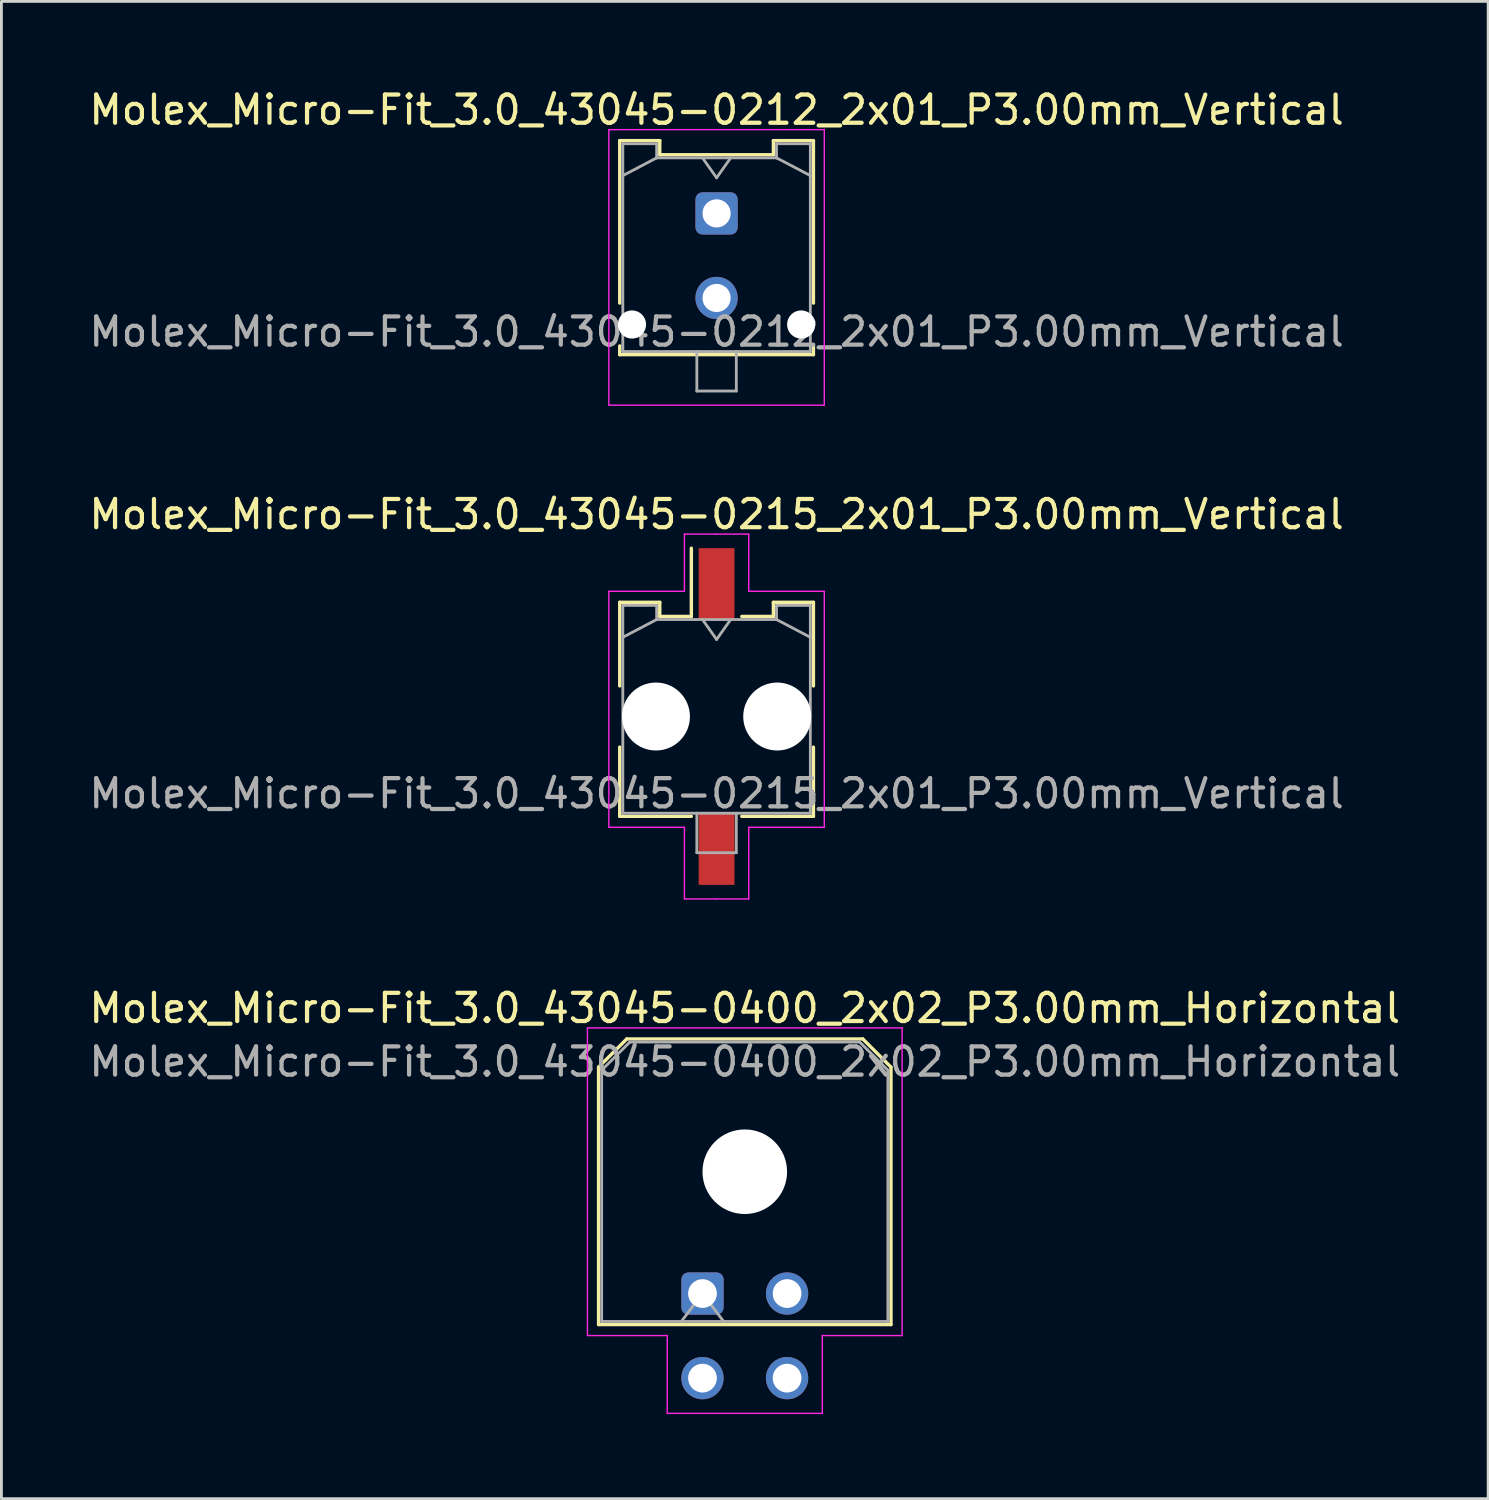
<source format=kicad_pcb>
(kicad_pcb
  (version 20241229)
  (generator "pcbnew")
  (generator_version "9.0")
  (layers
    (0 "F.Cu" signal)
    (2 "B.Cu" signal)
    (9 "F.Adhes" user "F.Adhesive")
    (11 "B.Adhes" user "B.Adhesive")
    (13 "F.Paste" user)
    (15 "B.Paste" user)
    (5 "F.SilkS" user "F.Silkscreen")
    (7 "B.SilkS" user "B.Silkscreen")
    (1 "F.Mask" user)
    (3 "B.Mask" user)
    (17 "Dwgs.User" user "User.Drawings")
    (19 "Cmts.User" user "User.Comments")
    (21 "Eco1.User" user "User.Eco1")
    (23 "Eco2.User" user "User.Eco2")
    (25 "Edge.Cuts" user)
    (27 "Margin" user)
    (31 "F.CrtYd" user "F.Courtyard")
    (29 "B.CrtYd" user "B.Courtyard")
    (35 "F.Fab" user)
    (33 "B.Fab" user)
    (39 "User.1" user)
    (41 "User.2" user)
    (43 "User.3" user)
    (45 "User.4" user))
  (footprint "Molex_Micro-Fit_3.0_43045-0212_2x01_P3.00mm_Vertical"
    (layer "F.Cu")
    (at 22.363 4.518)
    (property "Reference" "Molex_Micro-Fit_3.0_43045-0212_2x01_P3.00mm_Vertical" (at 0 -3.67 0) (layer "F.SilkS") (effects (font (size 1 1) (thickness 0.15))))
    (attr through_hole)
    (fp_line (start -3.435 -2.58) (end -2.015 -2.58) (stroke (width 0.12) (type solid)) (layer "F.SilkS"))
    (fp_line (start -3.435 3.18) (end -3.435 -2.58) (stroke (width 0.12) (type solid)) (layer "F.SilkS"))
    (fp_line (start -3.435 4.7) (end -3.435 5.01) (stroke (width 0.12) (type solid)) (layer "F.SilkS"))
    (fp_line (start -3.435 5.01) (end 3.435 5.01) (stroke (width 0.12) (type solid)) (layer "F.SilkS"))
    (fp_line (start -2.015 -2.58) (end -2.015 -2.08) (stroke (width 0.12) (type solid)) (layer "F.SilkS"))
    (fp_line (start -2.015 -2.08) (end 2.015 -2.08) (stroke (width 0.12) (type solid)) (layer "F.SilkS"))
    (fp_line (start 2.015 -2.58) (end 3.435 -2.58) (stroke (width 0.12) (type solid)) (layer "F.SilkS"))
    (fp_line (start 2.015 -2.08) (end 2.015 -2.58) (stroke (width 0.12) (type solid)) (layer "F.SilkS"))
    (fp_line (start 3.435 -2.58) (end 3.435 3.18) (stroke (width 0.12) (type solid)) (layer "F.SilkS"))
    (fp_line (start 3.435 5.01) (end 3.435 4.7) (stroke (width 0.12) (type solid)) (layer "F.SilkS"))
    (fp_line (start -3.82 -2.97) (end 3.82 -2.97) (stroke (width 0.05) (type solid)) (layer "F.CrtYd"))
    (fp_line (start -3.82 6.8) (end -3.82 -2.97) (stroke (width 0.05) (type solid)) (layer "F.CrtYd"))
    (fp_line (start 3.82 -2.97) (end 3.82 6.8) (stroke (width 0.05) (type solid)) (layer "F.CrtYd"))
    (fp_line (start 3.82 6.8) (end -3.82 6.8) (stroke (width 0.05) (type solid)) (layer "F.CrtYd"))
    (fp_line (start -3.325 -2.47) (end -3.325 4.9) (stroke (width 0.1) (type solid)) (layer "F.Fab"))
    (fp_line (start -3.325 -1.34) (end -2.125 -1.97) (stroke (width 0.1) (type solid)) (layer "F.Fab"))
    (fp_line (start -3.325 4.9) (end 3.325 4.9) (stroke (width 0.1) (type solid)) (layer "F.Fab"))
    (fp_line (start -2.125 -2.47) (end -3.325 -2.47) (stroke (width 0.1) (type solid)) (layer "F.Fab"))
    (fp_line (start -2.125 -1.97) (end -2.125 -2.47) (stroke (width 0.1) (type solid)) (layer "F.Fab"))
    (fp_line (start -0.7 4.9) (end -0.7 6.3) (stroke (width 0.1) (type solid)) (layer "F.Fab"))
    (fp_line (start -0.7 6.3) (end 0.7 6.3) (stroke (width 0.1) (type solid)) (layer "F.Fab"))
    (fp_line (start -0.5 -1.97) (end 0 -1.263) (stroke (width 0.1) (type solid)) (layer "F.Fab"))
    (fp_line (start 0 -1.263) (end 0.5 -1.97) (stroke (width 0.1) (type solid)) (layer "F.Fab"))
    (fp_line (start 0.7 6.3) (end 0.7 4.9) (stroke (width 0.1) (type solid)) (layer "F.Fab"))
    (fp_line (start 2.125 -2.47) (end 2.125 -1.97) (stroke (width 0.1) (type solid)) (layer "F.Fab"))
    (fp_line (start 2.125 -1.97) (end -2.125 -1.97) (stroke (width 0.1) (type solid)) (layer "F.Fab"))
    (fp_line (start 3.325 -2.47) (end 2.125 -2.47) (stroke (width 0.1) (type solid)) (layer "F.Fab"))
    (fp_line (start 3.325 -1.34) (end 2.125 -1.97) (stroke (width 0.1) (type solid)) (layer "F.Fab"))
    (fp_line (start 3.325 4.9) (end 3.325 -2.47) (stroke (width 0.1) (type solid)) (layer "F.Fab"))
    (fp_text user "${REFERENCE}" (at 0 4.2 0) (layer "F.Fab") (effects (font (size 1 1) (thickness 0.15))))
    (pad "" np_thru_hole circle (at -3 3.94) (size 1 1) (drill 1) (layers "*.Cu" "*.Mask"))
    (pad "" np_thru_hole circle (at 3 3.94) (size 1 1) (drill 1) (layers "*.Cu" "*.Mask"))
    (pad "1" thru_hole roundrect (at 0 0) (size 1.5 1.5) (drill 1) (layers "*.Cu" "*.Mask") (roundrect_rratio 0.167))
    (pad "2" thru_hole circle (at 0 3) (size 1.5 1.5) (drill 1) (layers "*.Cu" "*.Mask")))
  (footprint "Molex_Micro-Fit_3.0_43045-0215_2x01_P3.00mm_Vertical"
    (layer "F.Cu")
    (at 22.363 22.361)
    (property "Reference" "Molex_Micro-Fit_3.0_43045-0215_2x01_P3.00mm_Vertical" (at 0 -7.17 0) (layer "F.SilkS") (effects (font (size 1 1) (thickness 0.15))))
    (attr smd)
    (fp_line (start -3.435 -4.05) (end -2.015 -4.05) (stroke (width 0.12) (type solid)) (layer "F.SilkS"))
    (fp_line (start -3.435 -1.085) (end -3.435 -4.05) (stroke (width 0.12) (type solid)) (layer "F.SilkS"))
    (fp_line (start -3.435 1.085) (end -3.435 3.54) (stroke (width 0.12) (type solid)) (layer "F.SilkS"))
    (fp_line (start -3.435 3.54) (end -0.895 3.54) (stroke (width 0.12) (type solid)) (layer "F.SilkS"))
    (fp_line (start -2.015 -4.05) (end -2.015 -3.55) (stroke (width 0.12) (type solid)) (layer "F.SilkS"))
    (fp_line (start -2.015 -3.55) (end -0.895 -3.55) (stroke (width 0.12) (type solid)) (layer "F.SilkS"))
    (fp_line (start -0.895 -3.55) (end -0.895 -5.97) (stroke (width 0.12) (type solid)) (layer "F.SilkS"))
    (fp_line (start 2.015 -4.05) (end 2.015 -3.55) (stroke (width 0.12) (type solid)) (layer "F.SilkS"))
    (fp_line (start 2.015 -3.55) (end 0.895 -3.55) (stroke (width 0.12) (type solid)) (layer "F.SilkS"))
    (fp_line (start 3.435 -4.05) (end 2.015 -4.05) (stroke (width 0.12) (type solid)) (layer "F.SilkS"))
    (fp_line (start 3.435 -1.085) (end 3.435 -4.05) (stroke (width 0.12) (type solid)) (layer "F.SilkS"))
    (fp_line (start 3.435 1.085) (end 3.435 3.54) (stroke (width 0.12) (type solid)) (layer "F.SilkS"))
    (fp_line (start 3.435 3.54) (end 0.895 3.54) (stroke (width 0.12) (type solid)) (layer "F.SilkS"))
    (fp_line (start -3.82 -4.44) (end -3.82 3.93) (stroke (width 0.05) (type solid)) (layer "F.CrtYd"))
    (fp_line (start -3.82 3.93) (end -1.14 3.93) (stroke (width 0.05) (type solid)) (layer "F.CrtYd"))
    (fp_line (start -1.14 -6.47) (end -1.14 -4.44) (stroke (width 0.05) (type solid)) (layer "F.CrtYd"))
    (fp_line (start -1.14 -4.44) (end -3.82 -4.44) (stroke (width 0.05) (type solid)) (layer "F.CrtYd"))
    (fp_line (start -1.14 3.93) (end -1.14 6.47) (stroke (width 0.05) (type solid)) (layer "F.CrtYd"))
    (fp_line (start -1.14 6.47) (end 0 6.47) (stroke (width 0.05) (type solid)) (layer "F.CrtYd"))
    (fp_line (start 0 -6.47) (end -1.14 -6.47) (stroke (width 0.05) (type solid)) (layer "F.CrtYd"))
    (fp_line (start 0 -6.47) (end 1.14 -6.47) (stroke (width 0.05) (type solid)) (layer "F.CrtYd"))
    (fp_line (start 1.14 -6.47) (end 1.14 -4.44) (stroke (width 0.05) (type solid)) (layer "F.CrtYd"))
    (fp_line (start 1.14 -4.44) (end 3.82 -4.44) (stroke (width 0.05) (type solid)) (layer "F.CrtYd"))
    (fp_line (start 1.14 3.93) (end 1.14 6.47) (stroke (width 0.05) (type solid)) (layer "F.CrtYd"))
    (fp_line (start 1.14 6.47) (end 0 6.47) (stroke (width 0.05) (type solid)) (layer "F.CrtYd"))
    (fp_line (start 3.82 -4.44) (end 3.82 3.93) (stroke (width 0.05) (type solid)) (layer "F.CrtYd"))
    (fp_line (start 3.82 3.93) (end 1.14 3.93) (stroke (width 0.05) (type solid)) (layer "F.CrtYd"))
    (fp_line (start -3.325 -3.94) (end -3.325 3.43) (stroke (width 0.1) (type solid)) (layer "F.Fab"))
    (fp_line (start -3.325 -2.81) (end -2.125 -3.44) (stroke (width 0.1) (type solid)) (layer "F.Fab"))
    (fp_line (start -3.325 3.43) (end 3.325 3.43) (stroke (width 0.1) (type solid)) (layer "F.Fab"))
    (fp_line (start -2.125 -3.94) (end -3.325 -3.94) (stroke (width 0.1) (type solid)) (layer "F.Fab"))
    (fp_line (start -2.125 -3.44) (end -2.125 -3.94) (stroke (width 0.1) (type solid)) (layer "F.Fab"))
    (fp_line (start -0.7 3.43) (end -0.7 4.83) (stroke (width 0.1) (type solid)) (layer "F.Fab"))
    (fp_line (start -0.7 4.83) (end 0.7 4.83) (stroke (width 0.1) (type solid)) (layer "F.Fab"))
    (fp_line (start -0.5 -3.44) (end 0 -2.733) (stroke (width 0.1) (type solid)) (layer "F.Fab"))
    (fp_line (start 0 -2.733) (end 0.5 -3.44) (stroke (width 0.1) (type solid)) (layer "F.Fab"))
    (fp_line (start 0.7 4.83) (end 0.7 3.43) (stroke (width 0.1) (type solid)) (layer "F.Fab"))
    (fp_line (start 2.125 -3.94) (end 2.125 -3.44) (stroke (width 0.1) (type solid)) (layer "F.Fab"))
    (fp_line (start 2.125 -3.44) (end -2.125 -3.44) (stroke (width 0.1) (type solid)) (layer "F.Fab"))
    (fp_line (start 3.325 -3.94) (end 2.125 -3.94) (stroke (width 0.1) (type solid)) (layer "F.Fab"))
    (fp_line (start 3.325 -2.81) (end 2.125 -3.44) (stroke (width 0.1) (type solid)) (layer "F.Fab"))
    (fp_line (start 3.325 3.43) (end 3.325 -3.94) (stroke (width 0.1) (type solid)) (layer "F.Fab"))
    (fp_text user "${REFERENCE}" (at 0 2.73 0) (layer "F.Fab") (effects (font (size 1 1) (thickness 0.15))))
    (pad "" np_thru_hole circle (at -2.15 0) (size 2.41 2.41) (drill 2.41) (layers "*.Cu" "*.Mask"))
    (pad "" np_thru_hole circle (at 2.15 0) (size 2.41 2.41) (drill 2.41) (layers "*.Cu" "*.Mask"))
    (pad "1" smd rect (at 0 -4.7) (size 1.27 2.54) (layers "F.Cu" "F.Mask" "F.Paste"))
    (pad "2" smd rect (at 0 4.7) (size 1.27 2.54) (layers "F.Cu" "F.Mask" "F.Paste")))
  (footprint "Molex_Micro-Fit_3.0_43045-0400_2x02_P3.00mm_Horizontal"
    (layer "F.Cu")
    (at 21.863 42.825)
    (property "Reference" "Molex_Micro-Fit_3.0_43045-0400_2x02_P3.00mm_Horizontal" (at 1.5 -10.12 0) (layer "F.SilkS") (effects (font (size 1 1) (thickness 0.15))))
    (attr through_hole)
    (fp_line (start -3.685 -8.03) (end -2.685 -9.03) (stroke (width 0.12) (type solid)) (layer "F.SilkS"))
    (fp_line (start -3.685 1.1) (end -3.685 -8.03) (stroke (width 0.12) (type solid)) (layer "F.SilkS"))
    (fp_line (start -2.685 -9.03) (end 5.685 -9.03) (stroke (width 0.12) (type solid)) (layer "F.SilkS"))
    (fp_line (start 5.685 -9.03) (end 6.685 -8.03) (stroke (width 0.12) (type solid)) (layer "F.SilkS"))
    (fp_line (start 6.685 -8.03) (end 6.685 1.1) (stroke (width 0.12) (type solid)) (layer "F.SilkS"))
    (fp_line (start 6.685 1.1) (end -3.685 1.1) (stroke (width 0.12) (type solid)) (layer "F.SilkS"))
    (fp_line (start -4.08 -9.42) (end 7.08 -9.42) (stroke (width 0.05) (type solid)) (layer "F.CrtYd"))
    (fp_line (start -4.08 1.49) (end -4.08 -9.42) (stroke (width 0.05) (type solid)) (layer "F.CrtYd"))
    (fp_line (start -1.25 1.49) (end -4.08 1.49) (stroke (width 0.05) (type solid)) (layer "F.CrtYd"))
    (fp_line (start -1.25 4.25) (end -1.25 1.49) (stroke (width 0.05) (type solid)) (layer "F.CrtYd"))
    (fp_line (start 4.25 1.49) (end 4.25 4.25) (stroke (width 0.05) (type solid)) (layer "F.CrtYd"))
    (fp_line (start 4.25 4.25) (end -1.25 4.25) (stroke (width 0.05) (type solid)) (layer "F.CrtYd"))
    (fp_line (start 7.08 -9.42) (end 7.08 1.49) (stroke (width 0.05) (type solid)) (layer "F.CrtYd"))
    (fp_line (start 7.08 1.49) (end 4.25 1.49) (stroke (width 0.05) (type solid)) (layer "F.CrtYd"))
    (fp_line (start -3.575 -7.92) (end -2.575 -8.92) (stroke (width 0.1) (type solid)) (layer "F.Fab"))
    (fp_line (start -3.575 0.99) (end -3.575 -7.92) (stroke (width 0.1) (type solid)) (layer "F.Fab"))
    (fp_line (start -2.575 -8.92) (end 5.575 -8.92) (stroke (width 0.1) (type solid)) (layer "F.Fab"))
    (fp_line (start -0.75 0.99) (end 0 0) (stroke (width 0.1) (type solid)) (layer "F.Fab"))
    (fp_line (start 0 0) (end 0.75 0.99) (stroke (width 0.1) (type solid)) (layer "F.Fab"))
    (fp_line (start 5.575 -8.92) (end 6.575 -7.92) (stroke (width 0.1) (type solid)) (layer "F.Fab"))
    (fp_line (start 6.575 -7.92) (end 6.575 0.99) (stroke (width 0.1) (type solid)) (layer "F.Fab"))
    (fp_line (start 6.575 0.99) (end -3.575 0.99) (stroke (width 0.1) (type solid)) (layer "F.Fab"))
    (fp_text user "${REFERENCE}" (at 1.5 -8.22 0) (layer "F.Fab") (effects (font (size 1 1) (thickness 0.15))))
    (pad "" np_thru_hole circle (at 1.5 -4.32) (size 3 3) (drill 3) (layers "*.Cu" "*.Mask"))
    (pad "1" thru_hole roundrect (at 0 0) (size 1.5 1.5) (drill 1.02) (layers "*.Cu" "*.Mask") (roundrect_rratio 0.167))
    (pad "2" thru_hole circle (at 3 0) (size 1.5 1.5) (drill 1.02) (layers "*.Cu" "*.Mask"))
    (pad "3" thru_hole circle (at 0 3) (size 1.5 1.5) (drill 1.02) (layers "*.Cu" "*.Mask"))
    (pad "4" thru_hole circle (at 3 3) (size 1.5 1.5) (drill 1.02) (layers "*.Cu" "*.Mask")))
  (gr_rect
    (start -3 -3)
    (end 49.726 50.1)
    (stroke (width 0.1) (type default))
    (fill no)
    (layer "Edge.Cuts")))
</source>
